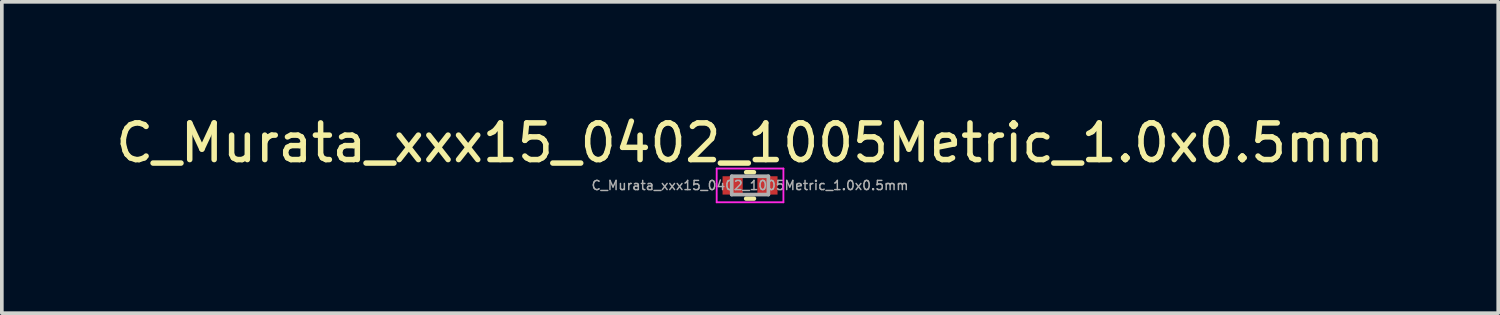
<source format=kicad_pcb>
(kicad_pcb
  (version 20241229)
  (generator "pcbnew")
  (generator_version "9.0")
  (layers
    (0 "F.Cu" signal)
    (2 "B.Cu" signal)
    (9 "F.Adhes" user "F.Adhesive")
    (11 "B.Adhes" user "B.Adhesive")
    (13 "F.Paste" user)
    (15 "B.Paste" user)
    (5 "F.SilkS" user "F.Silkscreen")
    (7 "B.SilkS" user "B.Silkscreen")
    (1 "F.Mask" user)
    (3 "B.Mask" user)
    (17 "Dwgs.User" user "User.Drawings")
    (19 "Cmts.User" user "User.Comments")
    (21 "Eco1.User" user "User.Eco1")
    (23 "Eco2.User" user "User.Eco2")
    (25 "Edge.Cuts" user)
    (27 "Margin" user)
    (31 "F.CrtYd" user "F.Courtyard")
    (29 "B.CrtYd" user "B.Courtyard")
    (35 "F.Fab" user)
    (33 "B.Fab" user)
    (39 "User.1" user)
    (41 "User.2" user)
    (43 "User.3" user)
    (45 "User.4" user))
  (footprint "C_Murata_xxx15_0402_1005Metric_1.0x0.5mm"
    (layer "F.Cu")
    (at 17.411 2.008)
    (property "Reference" "C_Murata_xxx15_0402_1005Metric_1.0x0.5mm" (at 0 -1.16 0) (layer "F.SilkS") (effects (font (size 1 1) (thickness 0.15))))
    (attr smd)
    (fp_line (start -0.108 -0.36) (end 0.108 -0.36) (stroke (width 0.12) (type solid)) (layer "F.SilkS"))
    (fp_line (start -0.108 0.36) (end 0.108 0.36) (stroke (width 0.12) (type solid)) (layer "F.SilkS"))
    (fp_line (start -0.91 -0.46) (end 0.91 -0.46) (stroke (width 0.05) (type solid)) (layer "F.CrtYd"))
    (fp_line (start -0.91 0.46) (end -0.91 -0.46) (stroke (width 0.05) (type solid)) (layer "F.CrtYd"))
    (fp_line (start 0.91 -0.46) (end 0.91 0.46) (stroke (width 0.05) (type solid)) (layer "F.CrtYd"))
    (fp_line (start 0.91 0.46) (end -0.91 0.46) (stroke (width 0.05) (type solid)) (layer "F.CrtYd"))
    (fp_line (start -0.5 -0.25) (end 0.5 -0.25) (stroke (width 0.1) (type solid)) (layer "F.Fab"))
    (fp_line (start -0.5 0.25) (end -0.5 -0.25) (stroke (width 0.1) (type solid)) (layer "F.Fab"))
    (fp_line (start 0.5 -0.25) (end 0.5 0.25) (stroke (width 0.1) (type solid)) (layer "F.Fab"))
    (fp_line (start 0.5 0.25) (end -0.5 0.25) (stroke (width 0.1) (type solid)) (layer "F.Fab"))
    (fp_text user "${REFERENCE}" (at 0 0 0) (layer "F.Fab") (effects (font (size 0.25 0.25) (thickness 0.04))))
    (pad "1" smd rect (at -0.475 0) (size 0.55 0.5) (layers "F.Cu" "F.Mask" "F.Paste"))
    (pad "2" smd rect (at 0.475 0) (size 0.55 0.5) (layers "F.Cu" "F.Mask" "F.Paste")))
  (gr_rect
    (start -3 -3)
    (end 37.821 5.493)
    (stroke (width 0.1) (type default))
    (fill no)
    (layer "Edge.Cuts")))
</source>
